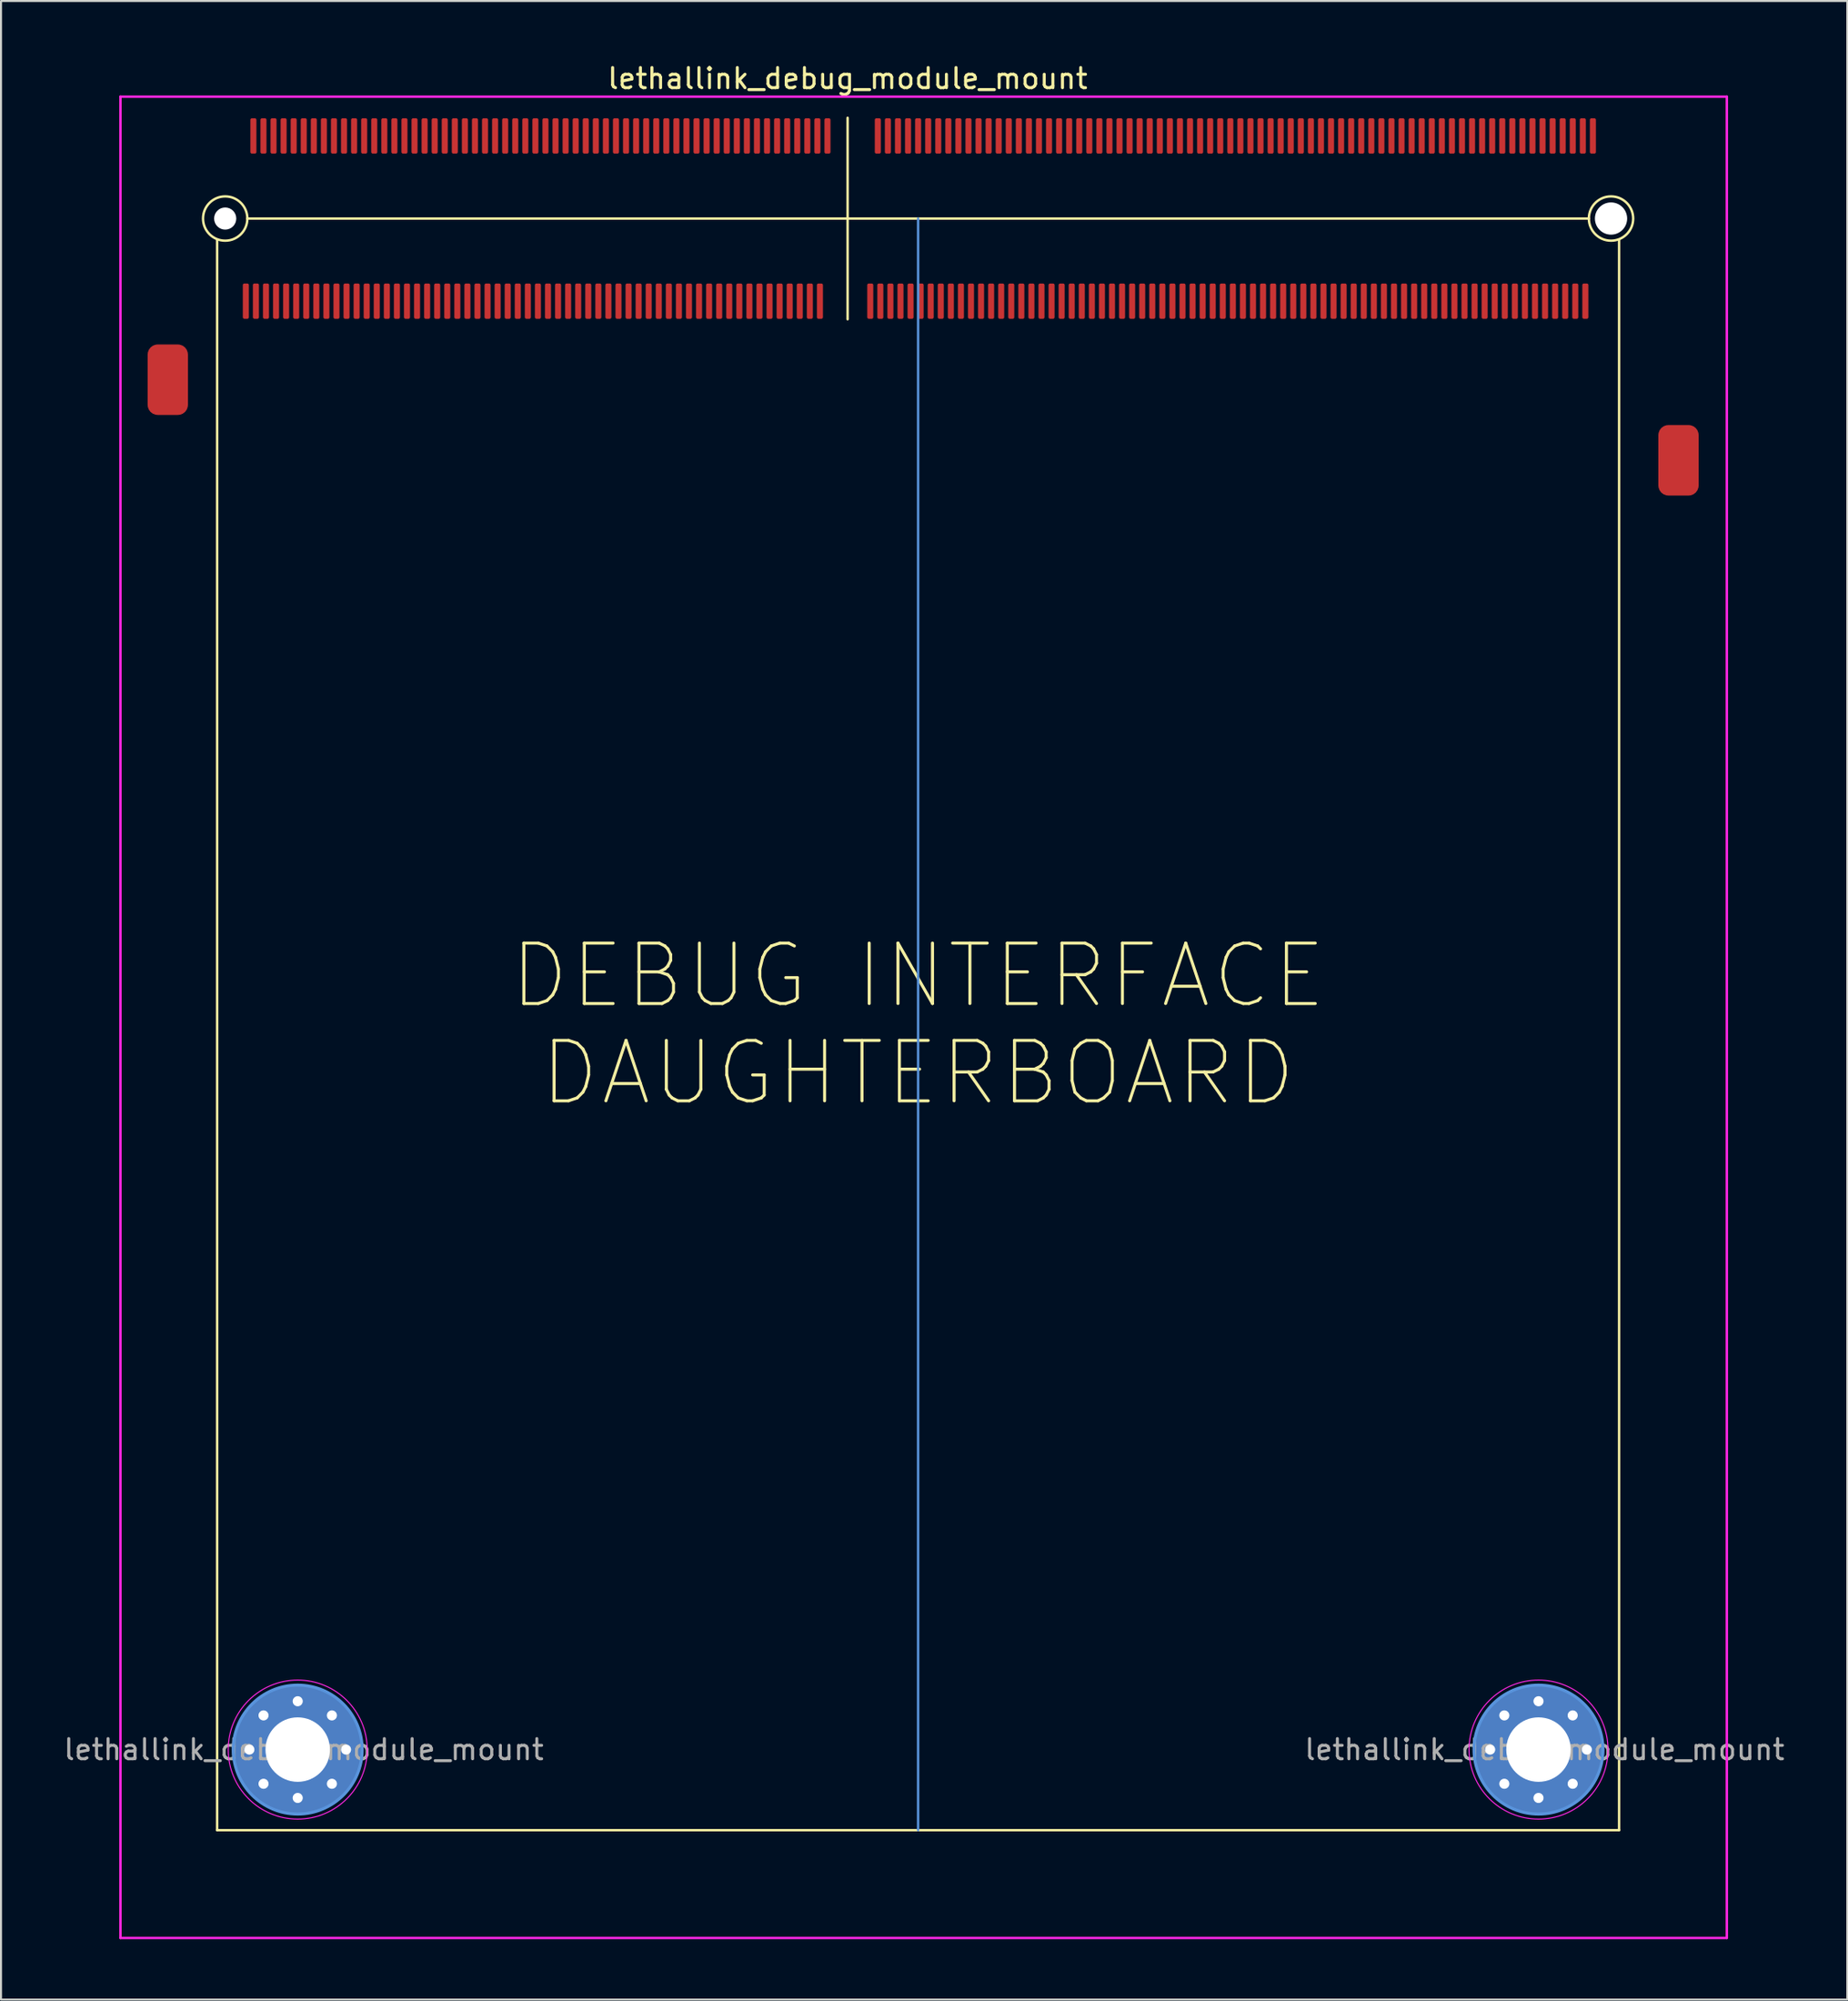
<source format=kicad_pcb>
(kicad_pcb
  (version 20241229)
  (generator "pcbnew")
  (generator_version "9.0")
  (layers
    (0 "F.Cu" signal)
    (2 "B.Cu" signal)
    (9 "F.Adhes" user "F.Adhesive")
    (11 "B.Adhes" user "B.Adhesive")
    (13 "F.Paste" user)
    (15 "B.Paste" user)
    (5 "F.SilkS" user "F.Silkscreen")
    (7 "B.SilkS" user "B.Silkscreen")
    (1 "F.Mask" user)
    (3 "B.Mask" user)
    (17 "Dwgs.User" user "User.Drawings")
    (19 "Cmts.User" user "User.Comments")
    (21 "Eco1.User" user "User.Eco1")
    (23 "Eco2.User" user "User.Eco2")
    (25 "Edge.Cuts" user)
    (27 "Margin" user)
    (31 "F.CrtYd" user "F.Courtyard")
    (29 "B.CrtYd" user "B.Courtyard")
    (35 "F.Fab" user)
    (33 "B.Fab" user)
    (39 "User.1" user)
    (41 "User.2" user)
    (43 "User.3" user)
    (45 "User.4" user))
  (footprint "lethallink_debug_module_mount"
    (layer "F.Cu")
    (at 39.03 7.798)
    (property "Reference" "lethallink_debug_module_mount" (at 0 -6.95 0) (layer "F.SilkS") (effects (font (size 1 1) (thickness 0.15))))
    (attr through_hole)
    (fp_line (start -31.3 80) (end -31.3 1.05) (stroke (width 0.12) (type solid)) (layer "F.SilkS"))
    (fp_line (start -29.8 0) (end 3.5 0) (stroke (width 0.12) (type solid)) (layer "F.SilkS"))
    (fp_line (start 0 -5) (end 0 5) (stroke (width 0.12) (type solid)) (layer "F.SilkS"))
    (fp_line (start 3.5 0) (end 36.8 0) (stroke (width 0.12) (type solid)) (layer "F.SilkS"))
    (fp_line (start 38.3 1.05) (end 38.3 80) (stroke (width 0.12) (type solid)) (layer "F.SilkS"))
    (fp_line (start 38.3 80) (end -31.3 80) (stroke (width 0.12) (type solid)) (layer "F.SilkS"))
    (fp_circle (center -30.9 0) (end -29.8 0) (stroke (width 0.12) (type solid)) (fill no) (layer "F.SilkS"))
    (fp_circle (center 37.9 0) (end 39 0) (stroke (width 0.12) (type solid)) (fill no) (layer "F.SilkS"))
    (fp_line (start 3.5 0) (end 3.5 80) (stroke (width 0.12) (type solid)) (layer "Cmts.User"))
    (fp_circle (center -27.3 76) (end -24.1 76) (stroke (width 0.15) (type solid)) (fill no) (layer "Cmts.User"))
    (fp_circle (center 34.3 76) (end 37.5 76) (stroke (width 0.15) (type solid)) (fill no) (layer "Cmts.User"))
    (fp_line (start -36.1 -6.05) (end 43.65 -6.05) (stroke (width 0.12) (type solid)) (layer "F.CrtYd"))
    (fp_line (start -36.1 85.35) (end -36.1 -6.05) (stroke (width 0.12) (type solid)) (layer "F.CrtYd"))
    (fp_line (start -36.1 85.35) (end 43.65 85.35) (stroke (width 0.12) (type solid)) (layer "F.CrtYd"))
    (fp_line (start 43.65 -6.05) (end 43.65 85.35) (stroke (width 0.12) (type solid)) (layer "F.CrtYd"))
    (fp_circle (center -27.3 76) (end -23.85 76) (stroke (width 0.05) (type solid)) (fill no) (layer "F.CrtYd"))
    (fp_circle (center 34.3 76) (end 37.75 76) (stroke (width 0.05) (type solid)) (fill no) (layer "F.CrtYd"))
    (fp_text user "DEBUG INTERFACE\nDAUGHTERBOARD" (at 3.5 40 0) (layer "F.SilkS") (effects (font (size 3 3) (thickness 0.15))))
    (fp_text user "${REFERENCE}" (at 34.6 76 0) (layer "F.Fab") (effects (font (size 1 1) (thickness 0.15))))
    (fp_text user "${REFERENCE}" (at -27 76 0) (layer "F.Fab") (effects (font (size 1 1) (thickness 0.15))))
    (pad "" np_thru_hole circle (at -30.9 0) (size 1.1 1.1) (drill 1.1) (layers "*.Cu" "*.Mask"))
    (pad "" np_thru_hole circle (at 37.9 0) (size 1.6 1.6) (drill 1.6) (layers "*.Cu" "*.Mask"))
    (pad "1" smd roundrect (at 37 -4.1) (size 0.3 1.75) (layers "F.Cu" "F.Mask" "F.Paste") (roundrect_rratio 0.25))
    (pad "2" smd roundrect (at 36.625 4.1) (size 0.3 1.75) (layers "F.Cu" "F.Mask" "F.Paste") (roundrect_rratio 0.25))
    (pad "3" smd roundrect (at 36.5 -4.1) (size 0.3 1.75) (layers "F.Cu" "F.Mask" "F.Paste") (roundrect_rratio 0.25))
    (pad "4" smd roundrect (at 36.125 4.1) (size 0.3 1.75) (layers "F.Cu" "F.Mask" "F.Paste") (roundrect_rratio 0.25))
    (pad "5" smd roundrect (at 36 -4.1) (size 0.3 1.75) (layers "F.Cu" "F.Mask" "F.Paste") (roundrect_rratio 0.25))
    (pad "6" smd roundrect (at 35.625 4.1) (size 0.3 1.75) (layers "F.Cu" "F.Mask" "F.Paste") (roundrect_rratio 0.25))
    (pad "7" smd roundrect (at 35.5 -4.1) (size 0.3 1.75) (layers "F.Cu" "F.Mask" "F.Paste") (roundrect_rratio 0.25))
    (pad "8" smd roundrect (at 35.125 4.1) (size 0.3 1.75) (layers "F.Cu" "F.Mask" "F.Paste") (roundrect_rratio 0.25))
    (pad "9" smd roundrect (at 35 -4.1) (size 0.3 1.75) (layers "F.Cu" "F.Mask" "F.Paste") (roundrect_rratio 0.25))
    (pad "10" smd roundrect (at 34.625 4.1) (size 0.3 1.75) (layers "F.Cu" "F.Mask" "F.Paste") (roundrect_rratio 0.25))
    (pad "11" smd roundrect (at 34.5 -4.1) (size 0.3 1.75) (layers "F.Cu" "F.Mask" "F.Paste") (roundrect_rratio 0.25))
    (pad "12" smd roundrect (at 34.125 4.1) (size 0.3 1.75) (layers "F.Cu" "F.Mask" "F.Paste") (roundrect_rratio 0.25))
    (pad "13" smd roundrect (at 34 -4.1) (size 0.3 1.75) (layers "F.Cu" "F.Mask" "F.Paste") (roundrect_rratio 0.25))
    (pad "14" smd roundrect (at 33.625 4.1) (size 0.3 1.75) (layers "F.Cu" "F.Mask" "F.Paste") (roundrect_rratio 0.25))
    (pad "15" smd roundrect (at 33.5 -4.1) (size 0.3 1.75) (layers "F.Cu" "F.Mask" "F.Paste") (roundrect_rratio 0.25))
    (pad "16" smd roundrect (at 33.125 4.1) (size 0.3 1.75) (layers "F.Cu" "F.Mask" "F.Paste") (roundrect_rratio 0.25))
    (pad "17" smd roundrect (at 33 -4.1) (size 0.3 1.75) (layers "F.Cu" "F.Mask" "F.Paste") (roundrect_rratio 0.25))
    (pad "18" smd roundrect (at 32.625 4.1) (size 0.3 1.75) (layers "F.Cu" "F.Mask" "F.Paste") (roundrect_rratio 0.25))
    (pad "19" smd roundrect (at 32.5 -4.1) (size 0.3 1.75) (layers "F.Cu" "F.Mask" "F.Paste") (roundrect_rratio 0.25))
    (pad "20" smd roundrect (at 32.125 4.1) (size 0.3 1.75) (layers "F.Cu" "F.Mask" "F.Paste") (roundrect_rratio 0.25))
    (pad "21" smd roundrect (at 32 -4.1) (size 0.3 1.75) (layers "F.Cu" "F.Mask" "F.Paste") (roundrect_rratio 0.25))
    (pad "22" smd roundrect (at 31.625 4.1) (size 0.3 1.75) (layers "F.Cu" "F.Mask" "F.Paste") (roundrect_rratio 0.25))
    (pad "23" smd roundrect (at 31.5 -4.1) (size 0.3 1.75) (layers "F.Cu" "F.Mask" "F.Paste") (roundrect_rratio 0.25))
    (pad "24" smd roundrect (at 31.125 4.1) (size 0.3 1.75) (layers "F.Cu" "F.Mask" "F.Paste") (roundrect_rratio 0.25))
    (pad "25" smd roundrect (at 31 -4.1) (size 0.3 1.75) (layers "F.Cu" "F.Mask" "F.Paste") (roundrect_rratio 0.25))
    (pad "26" smd roundrect (at 30.625 4.1) (size 0.3 1.75) (layers "F.Cu" "F.Mask" "F.Paste") (roundrect_rratio 0.25))
    (pad "27" smd roundrect (at 30.5 -4.1) (size 0.3 1.75) (layers "F.Cu" "F.Mask" "F.Paste") (roundrect_rratio 0.25))
    (pad "28" smd roundrect (at 30.125 4.1) (size 0.3 1.75) (layers "F.Cu" "F.Mask" "F.Paste") (roundrect_rratio 0.25))
    (pad "29" smd roundrect (at 30 -4.1) (size 0.3 1.75) (layers "F.Cu" "F.Mask" "F.Paste") (roundrect_rratio 0.25))
    (pad "30" smd roundrect (at 29.625 4.1) (size 0.3 1.75) (layers "F.Cu" "F.Mask" "F.Paste") (roundrect_rratio 0.25))
    (pad "31" smd roundrect (at 29.5 -4.1) (size 0.3 1.75) (layers "F.Cu" "F.Mask" "F.Paste") (roundrect_rratio 0.25))
    (pad "32" smd roundrect (at 29.125 4.1) (size 0.3 1.75) (layers "F.Cu" "F.Mask" "F.Paste") (roundrect_rratio 0.25))
    (pad "33" smd roundrect (at 29 -4.1) (size 0.3 1.75) (layers "F.Cu" "F.Mask" "F.Paste") (roundrect_rratio 0.25))
    (pad "34" smd roundrect (at 28.625 4.1) (size 0.3 1.75) (layers "F.Cu" "F.Mask" "F.Paste") (roundrect_rratio 0.25))
    (pad "35" smd roundrect (at 28.5 -4.1) (size 0.3 1.75) (layers "F.Cu" "F.Mask" "F.Paste") (roundrect_rratio 0.25))
    (pad "36" smd roundrect (at 28.125 4.1) (size 0.3 1.75) (layers "F.Cu" "F.Mask" "F.Paste") (roundrect_rratio 0.25))
    (pad "37" smd roundrect (at 28 -4.1) (size 0.3 1.75) (layers "F.Cu" "F.Mask" "F.Paste") (roundrect_rratio 0.25))
    (pad "38" smd roundrect (at 27.625 4.1) (size 0.3 1.75) (layers "F.Cu" "F.Mask" "F.Paste") (roundrect_rratio 0.25))
    (pad "39" smd roundrect (at 27.5 -4.1) (size 0.3 1.75) (layers "F.Cu" "F.Mask" "F.Paste") (roundrect_rratio 0.25))
    (pad "40" smd roundrect (at 27.125 4.1) (size 0.3 1.75) (layers "F.Cu" "F.Mask" "F.Paste") (roundrect_rratio 0.25))
    (pad "41" smd roundrect (at 27 -4.1) (size 0.3 1.75) (layers "F.Cu" "F.Mask" "F.Paste") (roundrect_rratio 0.25))
    (pad "42" smd roundrect (at 26.625 4.1) (size 0.3 1.75) (layers "F.Cu" "F.Mask" "F.Paste") (roundrect_rratio 0.25))
    (pad "43" smd roundrect (at 26.5 -4.1) (size 0.3 1.75) (layers "F.Cu" "F.Mask" "F.Paste") (roundrect_rratio 0.25))
    (pad "44" smd roundrect (at 26.125 4.1) (size 0.3 1.75) (layers "F.Cu" "F.Mask" "F.Paste") (roundrect_rratio 0.25))
    (pad "45" smd roundrect (at 26 -4.1) (size 0.3 1.75) (layers "F.Cu" "F.Mask" "F.Paste") (roundrect_rratio 0.25))
    (pad "46" smd roundrect (at 25.625 4.1) (size 0.3 1.75) (layers "F.Cu" "F.Mask" "F.Paste") (roundrect_rratio 0.25))
    (pad "47" smd roundrect (at 25.5 -4.1) (size 0.3 1.75) (layers "F.Cu" "F.Mask" "F.Paste") (roundrect_rratio 0.25))
    (pad "48" smd roundrect (at 25.125 4.1) (size 0.3 1.75) (layers "F.Cu" "F.Mask" "F.Paste") (roundrect_rratio 0.25))
    (pad "49" smd roundrect (at 25 -4.1) (size 0.3 1.75) (layers "F.Cu" "F.Mask" "F.Paste") (roundrect_rratio 0.25))
    (pad "50" smd roundrect (at 24.625 4.1) (size 0.3 1.75) (layers "F.Cu" "F.Mask" "F.Paste") (roundrect_rratio 0.25))
    (pad "51" smd roundrect (at 24.5 -4.1) (size 0.3 1.75) (layers "F.Cu" "F.Mask" "F.Paste") (roundrect_rratio 0.25))
    (pad "52" smd roundrect (at 24.125 4.1) (size 0.3 1.75) (layers "F.Cu" "F.Mask" "F.Paste") (roundrect_rratio 0.25))
    (pad "53" smd roundrect (at 24 -4.1) (size 0.3 1.75) (layers "F.Cu" "F.Mask" "F.Paste") (roundrect_rratio 0.25))
    (pad "54" smd roundrect (at 23.625 4.1) (size 0.3 1.75) (layers "F.Cu" "F.Mask" "F.Paste") (roundrect_rratio 0.25))
    (pad "55" smd roundrect (at 23.5 -4.1) (size 0.3 1.75) (layers "F.Cu" "F.Mask" "F.Paste") (roundrect_rratio 0.25))
    (pad "56" smd roundrect (at 23.125 4.1) (size 0.3 1.75) (layers "F.Cu" "F.Mask" "F.Paste") (roundrect_rratio 0.25))
    (pad "57" smd roundrect (at 23 -4.1) (size 0.3 1.75) (layers "F.Cu" "F.Mask" "F.Paste") (roundrect_rratio 0.25))
    (pad "58" smd roundrect (at 22.625 4.1) (size 0.3 1.75) (layers "F.Cu" "F.Mask" "F.Paste") (roundrect_rratio 0.25))
    (pad "59" smd roundrect (at 22.5 -4.1) (size 0.3 1.75) (layers "F.Cu" "F.Mask" "F.Paste") (roundrect_rratio 0.25))
    (pad "60" smd roundrect (at 22.125 4.1) (size 0.3 1.75) (layers "F.Cu" "F.Mask" "F.Paste") (roundrect_rratio 0.25))
    (pad "61" smd roundrect (at 22 -4.1) (size 0.3 1.75) (layers "F.Cu" "F.Mask" "F.Paste") (roundrect_rratio 0.25))
    (pad "62" smd roundrect (at 21.625 4.1) (size 0.3 1.75) (layers "F.Cu" "F.Mask" "F.Paste") (roundrect_rratio 0.25))
    (pad "63" smd roundrect (at 21.5 -4.1) (size 0.3 1.75) (layers "F.Cu" "F.Mask" "F.Paste") (roundrect_rratio 0.25))
    (pad "64" smd roundrect (at 21.125 4.1) (size 0.3 1.75) (layers "F.Cu" "F.Mask" "F.Paste") (roundrect_rratio 0.25))
    (pad "65" smd roundrect (at 21 -4.1) (size 0.3 1.75) (layers "F.Cu" "F.Mask" "F.Paste") (roundrect_rratio 0.25))
    (pad "66" smd roundrect (at 20.625 4.1) (size 0.3 1.75) (layers "F.Cu" "F.Mask" "F.Paste") (roundrect_rratio 0.25))
    (pad "67" smd roundrect (at 20.5 -4.1) (size 0.3 1.75) (layers "F.Cu" "F.Mask" "F.Paste") (roundrect_rratio 0.25))
    (pad "68" smd roundrect (at 20.125 4.1) (size 0.3 1.75) (layers "F.Cu" "F.Mask" "F.Paste") (roundrect_rratio 0.25))
    (pad "69" smd roundrect (at 20 -4.1) (size 0.3 1.75) (layers "F.Cu" "F.Mask" "F.Paste") (roundrect_rratio 0.25))
    (pad "70" smd roundrect (at 19.625 4.1) (size 0.3 1.75) (layers "F.Cu" "F.Mask" "F.Paste") (roundrect_rratio 0.25))
    (pad "71" smd roundrect (at 19.5 -4.1) (size 0.3 1.75) (layers "F.Cu" "F.Mask" "F.Paste") (roundrect_rratio 0.25))
    (pad "72" smd roundrect (at 19.125 4.1) (size 0.3 1.75) (layers "F.Cu" "F.Mask" "F.Paste") (roundrect_rratio 0.25))
    (pad "73" smd roundrect (at 19 -4.1) (size 0.3 1.75) (layers "F.Cu" "F.Mask" "F.Paste") (roundrect_rratio 0.25))
    (pad "74" smd roundrect (at 18.625 4.1) (size 0.3 1.75) (layers "F.Cu" "F.Mask" "F.Paste") (roundrect_rratio 0.25))
    (pad "75" smd roundrect (at 18.5 -4.1) (size 0.3 1.75) (layers "F.Cu" "F.Mask" "F.Paste") (roundrect_rratio 0.25))
    (pad "76" smd roundrect (at 18.125 4.1) (size 0.3 1.75) (layers "F.Cu" "F.Mask" "F.Paste") (roundrect_rratio 0.25))
    (pad "77" smd roundrect (at 18 -4.1) (size 0.3 1.75) (layers "F.Cu" "F.Mask" "F.Paste") (roundrect_rratio 0.25))
    (pad "78" smd roundrect (at 17.625 4.1) (size 0.3 1.75) (layers "F.Cu" "F.Mask" "F.Paste") (roundrect_rratio 0.25))
    (pad "79" smd roundrect (at 17.5 -4.1) (size 0.3 1.75) (layers "F.Cu" "F.Mask" "F.Paste") (roundrect_rratio 0.25))
    (pad "80" smd roundrect (at 17.125 4.1) (size 0.3 1.75) (layers "F.Cu" "F.Mask" "F.Paste") (roundrect_rratio 0.25))
    (pad "81" smd roundrect (at 17 -4.1) (size 0.3 1.75) (layers "F.Cu" "F.Mask" "F.Paste") (roundrect_rratio 0.25))
    (pad "82" smd roundrect (at 16.625 4.1) (size 0.3 1.75) (layers "F.Cu" "F.Mask" "F.Paste") (roundrect_rratio 0.25))
    (pad "83" smd roundrect (at 16.5 -4.1) (size 0.3 1.75) (layers "F.Cu" "F.Mask" "F.Paste") (roundrect_rratio 0.25))
    (pad "84" smd roundrect (at 16.125 4.1) (size 0.3 1.75) (layers "F.Cu" "F.Mask" "F.Paste") (roundrect_rratio 0.25))
    (pad "85" smd roundrect (at 16 -4.1) (size 0.3 1.75) (layers "F.Cu" "F.Mask" "F.Paste") (roundrect_rratio 0.25))
    (pad "86" smd roundrect (at 15.625 4.1) (size 0.3 1.75) (layers "F.Cu" "F.Mask" "F.Paste") (roundrect_rratio 0.25))
    (pad "87" smd roundrect (at 15.5 -4.1) (size 0.3 1.75) (layers "F.Cu" "F.Mask" "F.Paste") (roundrect_rratio 0.25))
    (pad "88" smd roundrect (at 15.125 4.1) (size 0.3 1.75) (layers "F.Cu" "F.Mask" "F.Paste") (roundrect_rratio 0.25))
    (pad "89" smd roundrect (at 15 -4.1) (size 0.3 1.75) (layers "F.Cu" "F.Mask" "F.Paste") (roundrect_rratio 0.25))
    (pad "90" smd roundrect (at 14.625 4.1) (size 0.3 1.75) (layers "F.Cu" "F.Mask" "F.Paste") (roundrect_rratio 0.25))
    (pad "91" smd roundrect (at 14.5 -4.1) (size 0.3 1.75) (layers "F.Cu" "F.Mask" "F.Paste") (roundrect_rratio 0.25))
    (pad "92" smd roundrect (at 14.125 4.1) (size 0.3 1.75) (layers "F.Cu" "F.Mask" "F.Paste") (roundrect_rratio 0.25))
    (pad "93" smd roundrect (at 14 -4.1) (size 0.3 1.75) (layers "F.Cu" "F.Mask" "F.Paste") (roundrect_rratio 0.25))
    (pad "94" smd roundrect (at 13.625 4.1) (size 0.3 1.75) (layers "F.Cu" "F.Mask" "F.Paste") (roundrect_rratio 0.25))
    (pad "95" smd roundrect (at 13.5 -4.1) (size 0.3 1.75) (layers "F.Cu" "F.Mask" "F.Paste") (roundrect_rratio 0.25))
    (pad "96" smd roundrect (at 13.125 4.1) (size 0.3 1.75) (layers "F.Cu" "F.Mask" "F.Paste") (roundrect_rratio 0.25))
    (pad "97" smd roundrect (at 13 -4.1) (size 0.3 1.75) (layers "F.Cu" "F.Mask" "F.Paste") (roundrect_rratio 0.25))
    (pad "98" smd roundrect (at 12.625 4.1) (size 0.3 1.75) (layers "F.Cu" "F.Mask" "F.Paste") (roundrect_rratio 0.25))
    (pad "99" smd roundrect (at 12.5 -4.1) (size 0.3 1.75) (layers "F.Cu" "F.Mask" "F.Paste") (roundrect_rratio 0.25))
    (pad "100" smd roundrect (at 12.125 4.1) (size 0.3 1.75) (layers "F.Cu" "F.Mask" "F.Paste") (roundrect_rratio 0.25))
    (pad "101" smd roundrect (at 12 -4.1) (size 0.3 1.75) (layers "F.Cu" "F.Mask" "F.Paste") (roundrect_rratio 0.25))
    (pad "102" smd roundrect (at 11.625 4.1) (size 0.3 1.75) (layers "F.Cu" "F.Mask" "F.Paste") (roundrect_rratio 0.25))
    (pad "103" smd roundrect (at 11.5 -4.1) (size 0.3 1.75) (layers "F.Cu" "F.Mask" "F.Paste") (roundrect_rratio 0.25))
    (pad "104" smd roundrect (at 11.125 4.1) (size 0.3 1.75) (layers "F.Cu" "F.Mask" "F.Paste") (roundrect_rratio 0.25))
    (pad "105" smd roundrect (at 11 -4.1) (size 0.3 1.75) (layers "F.Cu" "F.Mask" "F.Paste") (roundrect_rratio 0.25))
    (pad "106" smd roundrect (at 10.625 4.1) (size 0.3 1.75) (layers "F.Cu" "F.Mask" "F.Paste") (roundrect_rratio 0.25))
    (pad "107" smd roundrect (at 10.5 -4.1) (size 0.3 1.75) (layers "F.Cu" "F.Mask" "F.Paste") (roundrect_rratio 0.25))
    (pad "108" smd roundrect (at 10.125 4.1) (size 0.3 1.75) (layers "F.Cu" "F.Mask" "F.Paste") (roundrect_rratio 0.25))
    (pad "109" smd roundrect (at 10 -4.1) (size 0.3 1.75) (layers "F.Cu" "F.Mask" "F.Paste") (roundrect_rratio 0.25))
    (pad "110" smd roundrect (at 9.625 4.1) (size 0.3 1.75) (layers "F.Cu" "F.Mask" "F.Paste") (roundrect_rratio 0.25))
    (pad "111" smd roundrect (at 9.5 -4.1) (size 0.3 1.75) (layers "F.Cu" "F.Mask" "F.Paste") (roundrect_rratio 0.25))
    (pad "112" smd roundrect (at 9.125 4.1) (size 0.3 1.75) (layers "F.Cu" "F.Mask" "F.Paste") (roundrect_rratio 0.25))
    (pad "113" smd roundrect (at 9 -4.1) (size 0.3 1.75) (layers "F.Cu" "F.Mask" "F.Paste") (roundrect_rratio 0.25))
    (pad "114" smd roundrect (at 8.625 4.1) (size 0.3 1.75) (layers "F.Cu" "F.Mask" "F.Paste") (roundrect_rratio 0.25))
    (pad "115" smd roundrect (at 8.5 -4.1) (size 0.3 1.75) (layers "F.Cu" "F.Mask" "F.Paste") (roundrect_rratio 0.25))
    (pad "116" smd roundrect (at 8.125 4.1) (size 0.3 1.75) (layers "F.Cu" "F.Mask" "F.Paste") (roundrect_rratio 0.25))
    (pad "117" smd roundrect (at 8 -4.1) (size 0.3 1.75) (layers "F.Cu" "F.Mask" "F.Paste") (roundrect_rratio 0.25))
    (pad "118" smd roundrect (at 7.625 4.1) (size 0.3 1.75) (layers "F.Cu" "F.Mask" "F.Paste") (roundrect_rratio 0.25))
    (pad "119" smd roundrect (at 7.5 -4.1) (size 0.3 1.75) (layers "F.Cu" "F.Mask" "F.Paste") (roundrect_rratio 0.25))
    (pad "120" smd roundrect (at 7.125 4.1) (size 0.3 1.75) (layers "F.Cu" "F.Mask" "F.Paste") (roundrect_rratio 0.25))
    (pad "121" smd roundrect (at 7 -4.1) (size 0.3 1.75) (layers "F.Cu" "F.Mask" "F.Paste") (roundrect_rratio 0.25))
    (pad "122" smd roundrect (at 6.625 4.1) (size 0.3 1.75) (layers "F.Cu" "F.Mask" "F.Paste") (roundrect_rratio 0.25))
    (pad "123" smd roundrect (at 6.5 -4.1) (size 0.3 1.75) (layers "F.Cu" "F.Mask" "F.Paste") (roundrect_rratio 0.25))
    (pad "124" smd roundrect (at 6.125 4.1) (size 0.3 1.75) (layers "F.Cu" "F.Mask" "F.Paste") (roundrect_rratio 0.25))
    (pad "125" smd roundrect (at 6 -4.1) (size 0.3 1.75) (layers "F.Cu" "F.Mask" "F.Paste") (roundrect_rratio 0.25))
    (pad "126" smd roundrect (at 5.625 4.1) (size 0.3 1.75) (layers "F.Cu" "F.Mask" "F.Paste") (roundrect_rratio 0.25))
    (pad "127" smd roundrect (at 5.5 -4.1) (size 0.3 1.75) (layers "F.Cu" "F.Mask" "F.Paste") (roundrect_rratio 0.25))
    (pad "128" smd roundrect (at 5.125 4.1) (size 0.3 1.75) (layers "F.Cu" "F.Mask" "F.Paste") (roundrect_rratio 0.25))
    (pad "129" smd roundrect (at 5 -4.1) (size 0.3 1.75) (layers "F.Cu" "F.Mask" "F.Paste") (roundrect_rratio 0.25))
    (pad "130" smd roundrect (at 4.625 4.1) (size 0.3 1.75) (layers "F.Cu" "F.Mask" "F.Paste") (roundrect_rratio 0.25))
    (pad "131" smd roundrect (at 4.5 -4.1) (size 0.3 1.75) (layers "F.Cu" "F.Mask" "F.Paste") (roundrect_rratio 0.25))
    (pad "132" smd roundrect (at 4.125 4.1) (size 0.3 1.75) (layers "F.Cu" "F.Mask" "F.Paste") (roundrect_rratio 0.25))
    (pad "133" smd roundrect (at 4 -4.1) (size 0.3 1.75) (layers "F.Cu" "F.Mask" "F.Paste") (roundrect_rratio 0.25))
    (pad "134" smd roundrect (at 3.625 4.1) (size 0.3 1.75) (layers "F.Cu" "F.Mask" "F.Paste") (roundrect_rratio 0.25))
    (pad "135" smd roundrect (at 3.5 -4.1) (size 0.3 1.75) (layers "F.Cu" "F.Mask" "F.Paste") (roundrect_rratio 0.25))
    (pad "136" smd roundrect (at 3.125 4.1) (size 0.3 1.75) (layers "F.Cu" "F.Mask" "F.Paste") (roundrect_rratio 0.25))
    (pad "137" smd roundrect (at 3 -4.1) (size 0.3 1.75) (layers "F.Cu" "F.Mask" "F.Paste") (roundrect_rratio 0.25))
    (pad "138" smd roundrect (at 2.625 4.1) (size 0.3 1.75) (layers "F.Cu" "F.Mask" "F.Paste") (roundrect_rratio 0.25))
    (pad "139" smd roundrect (at 2.5 -4.1) (size 0.3 1.75) (layers "F.Cu" "F.Mask" "F.Paste") (roundrect_rratio 0.25))
    (pad "140" smd roundrect (at 2.125 4.1) (size 0.3 1.75) (layers "F.Cu" "F.Mask" "F.Paste") (roundrect_rratio 0.25))
    (pad "141" smd roundrect (at 2 -4.1) (size 0.3 1.75) (layers "F.Cu" "F.Mask" "F.Paste") (roundrect_rratio 0.25))
    (pad "142" smd roundrect (at 1.625 4.1) (size 0.3 1.75) (layers "F.Cu" "F.Mask" "F.Paste") (roundrect_rratio 0.25))
    (pad "143" smd roundrect (at 1.5 -4.1) (size 0.3 1.75) (layers "F.Cu" "F.Mask" "F.Paste") (roundrect_rratio 0.25))
    (pad "144" smd roundrect (at 1.125 4.1) (size 0.3 1.75) (layers "F.Cu" "F.Mask" "F.Paste") (roundrect_rratio 0.25))
    (pad "145" smd roundrect (at -1 -4.1) (size 0.3 1.75) (layers "F.Cu" "F.Mask" "F.Paste") (roundrect_rratio 0.25))
    (pad "146" smd roundrect (at -1.375 4.1) (size 0.3 1.75) (layers "F.Cu" "F.Mask" "F.Paste") (roundrect_rratio 0.25))
    (pad "147" smd roundrect (at -1.5 -4.1) (size 0.3 1.75) (layers "F.Cu" "F.Mask" "F.Paste") (roundrect_rratio 0.25))
    (pad "148" smd roundrect (at -1.875 4.1) (size 0.3 1.75) (layers "F.Cu" "F.Mask" "F.Paste") (roundrect_rratio 0.25))
    (pad "149" smd roundrect (at -2 -4.1) (size 0.3 1.75) (layers "F.Cu" "F.Mask" "F.Paste") (roundrect_rratio 0.25))
    (pad "150" smd roundrect (at -2.375 4.1) (size 0.3 1.75) (layers "F.Cu" "F.Mask" "F.Paste") (roundrect_rratio 0.25))
    (pad "151" smd roundrect (at -2.5 -4.1) (size 0.3 1.75) (layers "F.Cu" "F.Mask" "F.Paste") (roundrect_rratio 0.25))
    (pad "152" smd roundrect (at -2.875 4.1) (size 0.3 1.75) (layers "F.Cu" "F.Mask" "F.Paste") (roundrect_rratio 0.25))
    (pad "153" smd roundrect (at -3 -4.1) (size 0.3 1.75) (layers "F.Cu" "F.Mask" "F.Paste") (roundrect_rratio 0.25))
    (pad "154" smd roundrect (at -3.375 4.1) (size 0.3 1.75) (layers "F.Cu" "F.Mask" "F.Paste") (roundrect_rratio 0.25))
    (pad "155" smd roundrect (at -3.5 -4.1) (size 0.3 1.75) (layers "F.Cu" "F.Mask" "F.Paste") (roundrect_rratio 0.25))
    (pad "156" smd roundrect (at -3.875 4.1) (size 0.3 1.75) (layers "F.Cu" "F.Mask" "F.Paste") (roundrect_rratio 0.25))
    (pad "157" smd roundrect (at -4 -4.1) (size 0.3 1.75) (layers "F.Cu" "F.Mask" "F.Paste") (roundrect_rratio 0.25))
    (pad "158" smd roundrect (at -4.375 4.1) (size 0.3 1.75) (layers "F.Cu" "F.Mask" "F.Paste") (roundrect_rratio 0.25))
    (pad "159" smd roundrect (at -4.5 -4.1) (size 0.3 1.75) (layers "F.Cu" "F.Mask" "F.Paste") (roundrect_rratio 0.25))
    (pad "160" smd roundrect (at -4.875 4.1) (size 0.3 1.75) (layers "F.Cu" "F.Mask" "F.Paste") (roundrect_rratio 0.25))
    (pad "161" smd roundrect (at -5 -4.1) (size 0.3 1.75) (layers "F.Cu" "F.Mask" "F.Paste") (roundrect_rratio 0.25))
    (pad "162" smd roundrect (at -5.375 4.1) (size 0.3 1.75) (layers "F.Cu" "F.Mask" "F.Paste") (roundrect_rratio 0.25))
    (pad "163" smd roundrect (at -5.5 -4.1) (size 0.3 1.75) (layers "F.Cu" "F.Mask" "F.Paste") (roundrect_rratio 0.25))
    (pad "164" smd roundrect (at -5.875 4.1) (size 0.3 1.75) (layers "F.Cu" "F.Mask" "F.Paste") (roundrect_rratio 0.25))
    (pad "165" smd roundrect (at -6 -4.1) (size 0.3 1.75) (layers "F.Cu" "F.Mask" "F.Paste") (roundrect_rratio 0.25))
    (pad "166" smd roundrect (at -6.375 4.1) (size 0.3 1.75) (layers "F.Cu" "F.Mask" "F.Paste") (roundrect_rratio 0.25))
    (pad "167" smd roundrect (at -6.5 -4.1) (size 0.3 1.75) (layers "F.Cu" "F.Mask" "F.Paste") (roundrect_rratio 0.25))
    (pad "168" smd roundrect (at -6.875 4.1) (size 0.3 1.75) (layers "F.Cu" "F.Mask" "F.Paste") (roundrect_rratio 0.25))
    (pad "169" smd roundrect (at -7 -4.1) (size 0.3 1.75) (layers "F.Cu" "F.Mask" "F.Paste") (roundrect_rratio 0.25))
    (pad "170" smd roundrect (at -7.375 4.1) (size 0.3 1.75) (layers "F.Cu" "F.Mask" "F.Paste") (roundrect_rratio 0.25))
    (pad "171" smd roundrect (at -7.5 -4.1) (size 0.3 1.75) (layers "F.Cu" "F.Mask" "F.Paste") (roundrect_rratio 0.25))
    (pad "172" smd roundrect (at -7.875 4.1) (size 0.3 1.75) (layers "F.Cu" "F.Mask" "F.Paste") (roundrect_rratio 0.25))
    (pad "173" smd roundrect (at -8 -4.1) (size 0.3 1.75) (layers "F.Cu" "F.Mask" "F.Paste") (roundrect_rratio 0.25))
    (pad "174" smd roundrect (at -8.375 4.1) (size 0.3 1.75) (layers "F.Cu" "F.Mask" "F.Paste") (roundrect_rratio 0.25))
    (pad "175" smd roundrect (at -8.5 -4.1) (size 0.3 1.75) (layers "F.Cu" "F.Mask" "F.Paste") (roundrect_rratio 0.25))
    (pad "176" smd roundrect (at -8.875 4.1) (size 0.3 1.75) (layers "F.Cu" "F.Mask" "F.Paste") (roundrect_rratio 0.25))
    (pad "177" smd roundrect (at -9 -4.1) (size 0.3 1.75) (layers "F.Cu" "F.Mask" "F.Paste") (roundrect_rratio 0.25))
    (pad "178" smd roundrect (at -9.375 4.1) (size 0.3 1.75) (layers "F.Cu" "F.Mask" "F.Paste") (roundrect_rratio 0.25))
    (pad "179" smd roundrect (at -9.5 -4.1) (size 0.3 1.75) (layers "F.Cu" "F.Mask" "F.Paste") (roundrect_rratio 0.25))
    (pad "180" smd roundrect (at -9.875 4.1) (size 0.3 1.75) (layers "F.Cu" "F.Mask" "F.Paste") (roundrect_rratio 0.25))
    (pad "181" smd roundrect (at -10 -4.1) (size 0.3 1.75) (layers "F.Cu" "F.Mask" "F.Paste") (roundrect_rratio 0.25))
    (pad "182" smd roundrect (at -10.375 4.1) (size 0.3 1.75) (layers "F.Cu" "F.Mask" "F.Paste") (roundrect_rratio 0.25))
    (pad "183" smd roundrect (at -10.5 -4.1) (size 0.3 1.75) (layers "F.Cu" "F.Mask" "F.Paste") (roundrect_rratio 0.25))
    (pad "184" smd roundrect (at -10.875 4.1) (size 0.3 1.75) (layers "F.Cu" "F.Mask" "F.Paste") (roundrect_rratio 0.25))
    (pad "185" smd roundrect (at -11 -4.1) (size 0.3 1.75) (layers "F.Cu" "F.Mask" "F.Paste") (roundrect_rratio 0.25))
    (pad "186" smd roundrect (at -11.375 4.1) (size 0.3 1.75) (layers "F.Cu" "F.Mask" "F.Paste") (roundrect_rratio 0.25))
    (pad "187" smd roundrect (at -11.5 -4.1) (size 0.3 1.75) (layers "F.Cu" "F.Mask" "F.Paste") (roundrect_rratio 0.25))
    (pad "188" smd roundrect (at -11.875 4.1) (size 0.3 1.75) (layers "F.Cu" "F.Mask" "F.Paste") (roundrect_rratio 0.25))
    (pad "189" smd roundrect (at -12 -4.1) (size 0.3 1.75) (layers "F.Cu" "F.Mask" "F.Paste") (roundrect_rratio 0.25))
    (pad "190" smd roundrect (at -12.375 4.1) (size 0.3 1.75) (layers "F.Cu" "F.Mask" "F.Paste") (roundrect_rratio 0.25))
    (pad "191" smd roundrect (at -12.5 -4.1) (size 0.3 1.75) (layers "F.Cu" "F.Mask" "F.Paste") (roundrect_rratio 0.25))
    (pad "192" smd roundrect (at -12.875 4.1) (size 0.3 1.75) (layers "F.Cu" "F.Mask" "F.Paste") (roundrect_rratio 0.25))
    (pad "193" smd roundrect (at -13 -4.1) (size 0.3 1.75) (layers "F.Cu" "F.Mask" "F.Paste") (roundrect_rratio 0.25))
    (pad "194" smd roundrect (at -13.375 4.1) (size 0.3 1.75) (layers "F.Cu" "F.Mask" "F.Paste") (roundrect_rratio 0.25))
    (pad "195" smd roundrect (at -13.5 -4.1) (size 0.3 1.75) (layers "F.Cu" "F.Mask" "F.Paste") (roundrect_rratio 0.25))
    (pad "196" smd roundrect (at -13.875 4.1) (size 0.3 1.75) (layers "F.Cu" "F.Mask" "F.Paste") (roundrect_rratio 0.25))
    (pad "197" smd roundrect (at -14 -4.1) (size 0.3 1.75) (layers "F.Cu" "F.Mask" "F.Paste") (roundrect_rratio 0.25))
    (pad "198" smd roundrect (at -14.375 4.1) (size 0.3 1.75) (layers "F.Cu" "F.Mask" "F.Paste") (roundrect_rratio 0.25))
    (pad "199" smd roundrect (at -14.5 -4.1) (size 0.3 1.75) (layers "F.Cu" "F.Mask" "F.Paste") (roundrect_rratio 0.25))
    (pad "200" smd roundrect (at -14.875 4.1) (size 0.3 1.75) (layers "F.Cu" "F.Mask" "F.Paste") (roundrect_rratio 0.25))
    (pad "201" smd roundrect (at -15 -4.1) (size 0.3 1.75) (layers "F.Cu" "F.Mask" "F.Paste") (roundrect_rratio 0.25))
    (pad "202" smd roundrect (at -15.375 4.1) (size 0.3 1.75) (layers "F.Cu" "F.Mask" "F.Paste") (roundrect_rratio 0.25))
    (pad "203" smd roundrect (at -15.5 -4.1) (size 0.3 1.75) (layers "F.Cu" "F.Mask" "F.Paste") (roundrect_rratio 0.25))
    (pad "204" smd roundrect (at -15.875 4.1) (size 0.3 1.75) (layers "F.Cu" "F.Mask" "F.Paste") (roundrect_rratio 0.25))
    (pad "205" smd roundrect (at -16 -4.1) (size 0.3 1.75) (layers "F.Cu" "F.Mask" "F.Paste") (roundrect_rratio 0.25))
    (pad "206" smd roundrect (at -16.375 4.1) (size 0.3 1.75) (layers "F.Cu" "F.Mask" "F.Paste") (roundrect_rratio 0.25))
    (pad "207" smd roundrect (at -16.5 -4.1) (size 0.3 1.75) (layers "F.Cu" "F.Mask" "F.Paste") (roundrect_rratio 0.25))
    (pad "208" smd roundrect (at -16.875 4.1) (size 0.3 1.75) (layers "F.Cu" "F.Mask" "F.Paste") (roundrect_rratio 0.25))
    (pad "209" smd roundrect (at -17 -4.1) (size 0.3 1.75) (layers "F.Cu" "F.Mask" "F.Paste") (roundrect_rratio 0.25))
    (pad "210" smd roundrect (at -17.375 4.1) (size 0.3 1.75) (layers "F.Cu" "F.Mask" "F.Paste") (roundrect_rratio 0.25))
    (pad "211" smd roundrect (at -17.5 -4.1) (size 0.3 1.75) (layers "F.Cu" "F.Mask" "F.Paste") (roundrect_rratio 0.25))
    (pad "212" smd roundrect (at -17.875 4.1) (size 0.3 1.75) (layers "F.Cu" "F.Mask" "F.Paste") (roundrect_rratio 0.25))
    (pad "213" smd roundrect (at -18 -4.1) (size 0.3 1.75) (layers "F.Cu" "F.Mask" "F.Paste") (roundrect_rratio 0.25))
    (pad "214" smd roundrect (at -18.375 4.1) (size 0.3 1.75) (layers "F.Cu" "F.Mask" "F.Paste") (roundrect_rratio 0.25))
    (pad "215" smd roundrect (at -18.5 -4.1) (size 0.3 1.75) (layers "F.Cu" "F.Mask" "F.Paste") (roundrect_rratio 0.25))
    (pad "216" smd roundrect (at -18.875 4.1) (size 0.3 1.75) (layers "F.Cu" "F.Mask" "F.Paste") (roundrect_rratio 0.25))
    (pad "217" smd roundrect (at -19 -4.1) (size 0.3 1.75) (layers "F.Cu" "F.Mask" "F.Paste") (roundrect_rratio 0.25))
    (pad "218" smd roundrect (at -19.375 4.1) (size 0.3 1.75) (layers "F.Cu" "F.Mask" "F.Paste") (roundrect_rratio 0.25))
    (pad "219" smd roundrect (at -19.5 -4.1) (size 0.3 1.75) (layers "F.Cu" "F.Mask" "F.Paste") (roundrect_rratio 0.25))
    (pad "220" smd roundrect (at -19.875 4.1) (size 0.3 1.75) (layers "F.Cu" "F.Mask" "F.Paste") (roundrect_rratio 0.25))
    (pad "221" smd roundrect (at -20 -4.1) (size 0.3 1.75) (layers "F.Cu" "F.Mask" "F.Paste") (roundrect_rratio 0.25))
    (pad "222" smd roundrect (at -20.375 4.1) (size 0.3 1.75) (layers "F.Cu" "F.Mask" "F.Paste") (roundrect_rratio 0.25))
    (pad "223" smd roundrect (at -20.5 -4.1) (size 0.3 1.75) (layers "F.Cu" "F.Mask" "F.Paste") (roundrect_rratio 0.25))
    (pad "224" smd roundrect (at -20.875 4.1) (size 0.3 1.75) (layers "F.Cu" "F.Mask" "F.Paste") (roundrect_rratio 0.25))
    (pad "225" smd roundrect (at -21 -4.1) (size 0.3 1.75) (layers "F.Cu" "F.Mask" "F.Paste") (roundrect_rratio 0.25))
    (pad "226" smd roundrect (at -21.375 4.1) (size 0.3 1.75) (layers "F.Cu" "F.Mask" "F.Paste") (roundrect_rratio 0.25))
    (pad "227" smd roundrect (at -21.5 -4.1) (size 0.3 1.75) (layers "F.Cu" "F.Mask" "F.Paste") (roundrect_rratio 0.25))
    (pad "228" smd roundrect (at -21.875 4.1) (size 0.3 1.75) (layers "F.Cu" "F.Mask" "F.Paste") (roundrect_rratio 0.25))
    (pad "229" smd roundrect (at -22 -4.1) (size 0.3 1.75) (layers "F.Cu" "F.Mask" "F.Paste") (roundrect_rratio 0.25))
    (pad "230" smd roundrect (at -22.375 4.1) (size 0.3 1.75) (layers "F.Cu" "F.Mask" "F.Paste") (roundrect_rratio 0.25))
    (pad "231" smd roundrect (at -22.5 -4.1) (size 0.3 1.75) (layers "F.Cu" "F.Mask" "F.Paste") (roundrect_rratio 0.25))
    (pad "232" smd roundrect (at -22.875 4.1) (size 0.3 1.75) (layers "F.Cu" "F.Mask" "F.Paste") (roundrect_rratio 0.25))
    (pad "233" smd roundrect (at -23 -4.1) (size 0.3 1.75) (layers "F.Cu" "F.Mask" "F.Paste") (roundrect_rratio 0.25))
    (pad "234" smd roundrect (at -23.375 4.1) (size 0.3 1.75) (layers "F.Cu" "F.Mask" "F.Paste") (roundrect_rratio 0.25))
    (pad "235" smd roundrect (at -23.5 -4.1) (size 0.3 1.75) (layers "F.Cu" "F.Mask" "F.Paste") (roundrect_rratio 0.25))
    (pad "236" smd roundrect (at -23.875 4.1) (size 0.3 1.75) (layers "F.Cu" "F.Mask" "F.Paste") (roundrect_rratio 0.25))
    (pad "237" smd roundrect (at -24 -4.1) (size 0.3 1.75) (layers "F.Cu" "F.Mask" "F.Paste") (roundrect_rratio 0.25))
    (pad "238" smd roundrect (at -24.375 4.1) (size 0.3 1.75) (layers "F.Cu" "F.Mask" "F.Paste") (roundrect_rratio 0.25))
    (pad "239" smd roundrect (at -24.5 -4.1) (size 0.3 1.75) (layers "F.Cu" "F.Mask" "F.Paste") (roundrect_rratio 0.25))
    (pad "240" smd roundrect (at -24.875 4.1) (size 0.3 1.75) (layers "F.Cu" "F.Mask" "F.Paste") (roundrect_rratio 0.25))
    (pad "241" smd roundrect (at -25 -4.1) (size 0.3 1.75) (layers "F.Cu" "F.Mask" "F.Paste") (roundrect_rratio 0.25))
    (pad "242" smd roundrect (at -25.375 4.1) (size 0.3 1.75) (layers "F.Cu" "F.Mask" "F.Paste") (roundrect_rratio 0.25))
    (pad "243" smd roundrect (at -25.5 -4.1) (size 0.3 1.75) (layers "F.Cu" "F.Mask" "F.Paste") (roundrect_rratio 0.25))
    (pad "244" smd roundrect (at -25.875 4.1) (size 0.3 1.75) (layers "F.Cu" "F.Mask" "F.Paste") (roundrect_rratio 0.25))
    (pad "245" smd roundrect (at -26 -4.1) (size 0.3 1.75) (layers "F.Cu" "F.Mask" "F.Paste") (roundrect_rratio 0.25))
    (pad "246" smd roundrect (at -26.375 4.1) (size 0.3 1.75) (layers "F.Cu" "F.Mask" "F.Paste") (roundrect_rratio 0.25))
    (pad "247" smd roundrect (at -26.5 -4.1) (size 0.3 1.75) (layers "F.Cu" "F.Mask" "F.Paste") (roundrect_rratio 0.25))
    (pad "248" smd roundrect (at -26.875 4.1) (size 0.3 1.75) (layers "F.Cu" "F.Mask" "F.Paste") (roundrect_rratio 0.25))
    (pad "249" smd roundrect (at -27 -4.1) (size 0.3 1.75) (layers "F.Cu" "F.Mask" "F.Paste") (roundrect_rratio 0.25))
    (pad "250" smd roundrect (at -27.375 4.1) (size 0.3 1.75) (layers "F.Cu" "F.Mask" "F.Paste") (roundrect_rratio 0.25))
    (pad "251" smd roundrect (at -27.5 -4.1) (size 0.3 1.75) (layers "F.Cu" "F.Mask" "F.Paste") (roundrect_rratio 0.25))
    (pad "252" smd roundrect (at -27.875 4.1) (size 0.3 1.75) (layers "F.Cu" "F.Mask" "F.Paste") (roundrect_rratio 0.25))
    (pad "253" smd roundrect (at -28 -4.1) (size 0.3 1.75) (layers "F.Cu" "F.Mask" "F.Paste") (roundrect_rratio 0.25))
    (pad "254" smd roundrect (at -28.375 4.1) (size 0.3 1.75) (layers "F.Cu" "F.Mask" "F.Paste") (roundrect_rratio 0.25))
    (pad "255" smd roundrect (at -28.5 -4.1) (size 0.3 1.75) (layers "F.Cu" "F.Mask" "F.Paste") (roundrect_rratio 0.25))
    (pad "256" smd roundrect (at -28.875 4.1) (size 0.3 1.75) (layers "F.Cu" "F.Mask" "F.Paste") (roundrect_rratio 0.25))
    (pad "257" smd roundrect (at -29 -4.1) (size 0.3 1.75) (layers "F.Cu" "F.Mask" "F.Paste") (roundrect_rratio 0.25))
    (pad "258" smd roundrect (at -29.375 4.1) (size 0.3 1.75) (layers "F.Cu" "F.Mask" "F.Paste") (roundrect_rratio 0.25))
    (pad "259" smd roundrect (at -29.5 -4.1) (size 0.3 1.75) (layers "F.Cu" "F.Mask" "F.Paste") (roundrect_rratio 0.25))
    (pad "260" smd roundrect (at -29.875 4.1) (size 0.3 1.75) (layers "F.Cu" "F.Mask" "F.Paste") (roundrect_rratio 0.25))
    (pad "GND" smd roundrect (at -33.75 8) (size 2 3.5) (layers "F.Cu" "F.Mask" "F.Paste") (roundrect_rratio 0.25))
    (pad "GND" thru_hole circle (at -29.7 76) (size 0.8 0.8) (drill 0.5) (layers "*.Cu" "*.Mask"))
    (pad "GND" thru_hole circle (at -28.997 74.303) (size 0.8 0.8) (drill 0.5) (layers "*.Cu" "*.Mask"))
    (pad "GND" thru_hole circle (at -28.997 77.697) (size 0.8 0.8) (drill 0.5) (layers "*.Cu" "*.Mask"))
    (pad "GND" thru_hole circle (at -27.3 73.6) (size 0.8 0.8) (drill 0.5) (layers "*.Cu" "*.Mask"))
    (pad "GND" thru_hole circle (at -27.3 76) (size 6.4 6.4) (drill 3.2) (layers "*.Cu" "*.Mask"))
    (pad "GND" thru_hole circle (at -27.3 78.4) (size 0.8 0.8) (drill 0.5) (layers "*.Cu" "*.Mask"))
    (pad "GND" thru_hole circle (at -25.603 74.303) (size 0.8 0.8) (drill 0.5) (layers "*.Cu" "*.Mask"))
    (pad "GND" thru_hole circle (at -25.603 77.697) (size 0.8 0.8) (drill 0.5) (layers "*.Cu" "*.Mask"))
    (pad "GND" thru_hole circle (at -24.9 76) (size 0.8 0.8) (drill 0.5) (layers "*.Cu" "*.Mask"))
    (pad "GND" thru_hole circle (at 31.9 76) (size 0.8 0.8) (drill 0.5) (layers "*.Cu" "*.Mask"))
    (pad "GND" thru_hole circle (at 32.603 74.303) (size 0.8 0.8) (drill 0.5) (layers "*.Cu" "*.Mask"))
    (pad "GND" thru_hole circle (at 34.3 73.6) (size 0.8 0.8) (drill 0.5) (layers "*.Cu" "*.Mask"))
    (pad "GND" thru_hole circle (at 34.3 76) (size 6.4 6.4) (drill 3.2) (layers "*.Cu" "*.Mask"))
    (pad "GND" thru_hole circle (at 34.3 78.4) (size 0.8 0.8) (drill 0.5) (layers "*.Cu" "*.Mask"))
    (pad "GND" thru_hole circle (at 35.997 74.303) (size 0.8 0.8) (drill 0.5) (layers "*.Cu" "*.Mask"))
    (pad "GND" thru_hole circle (at 35.997 77.697) (size 0.8 0.8) (drill 0.5) (layers "*.Cu" "*.Mask"))
    (pad "GND" thru_hole circle (at 36.7 76) (size 0.8 0.8) (drill 0.5) (layers "*.Cu" "*.Mask"))
    (pad "GND" smd roundrect (at 41.25 12) (size 2 3.5) (layers "F.Cu" "F.Mask" "F.Paste") (roundrect_rratio 0.25))
    (pad "RND" thru_hole circle (at 32.603 77.697) (size 0.8 0.8) (drill 0.5) (layers "*.Cu" "*.Mask")))
  (gr_rect
    (start -3 -3)
    (end 88.66 96.208)
    (stroke (width 0.1) (type default))
    (fill no)
    (layer "Edge.Cuts")))
</source>
